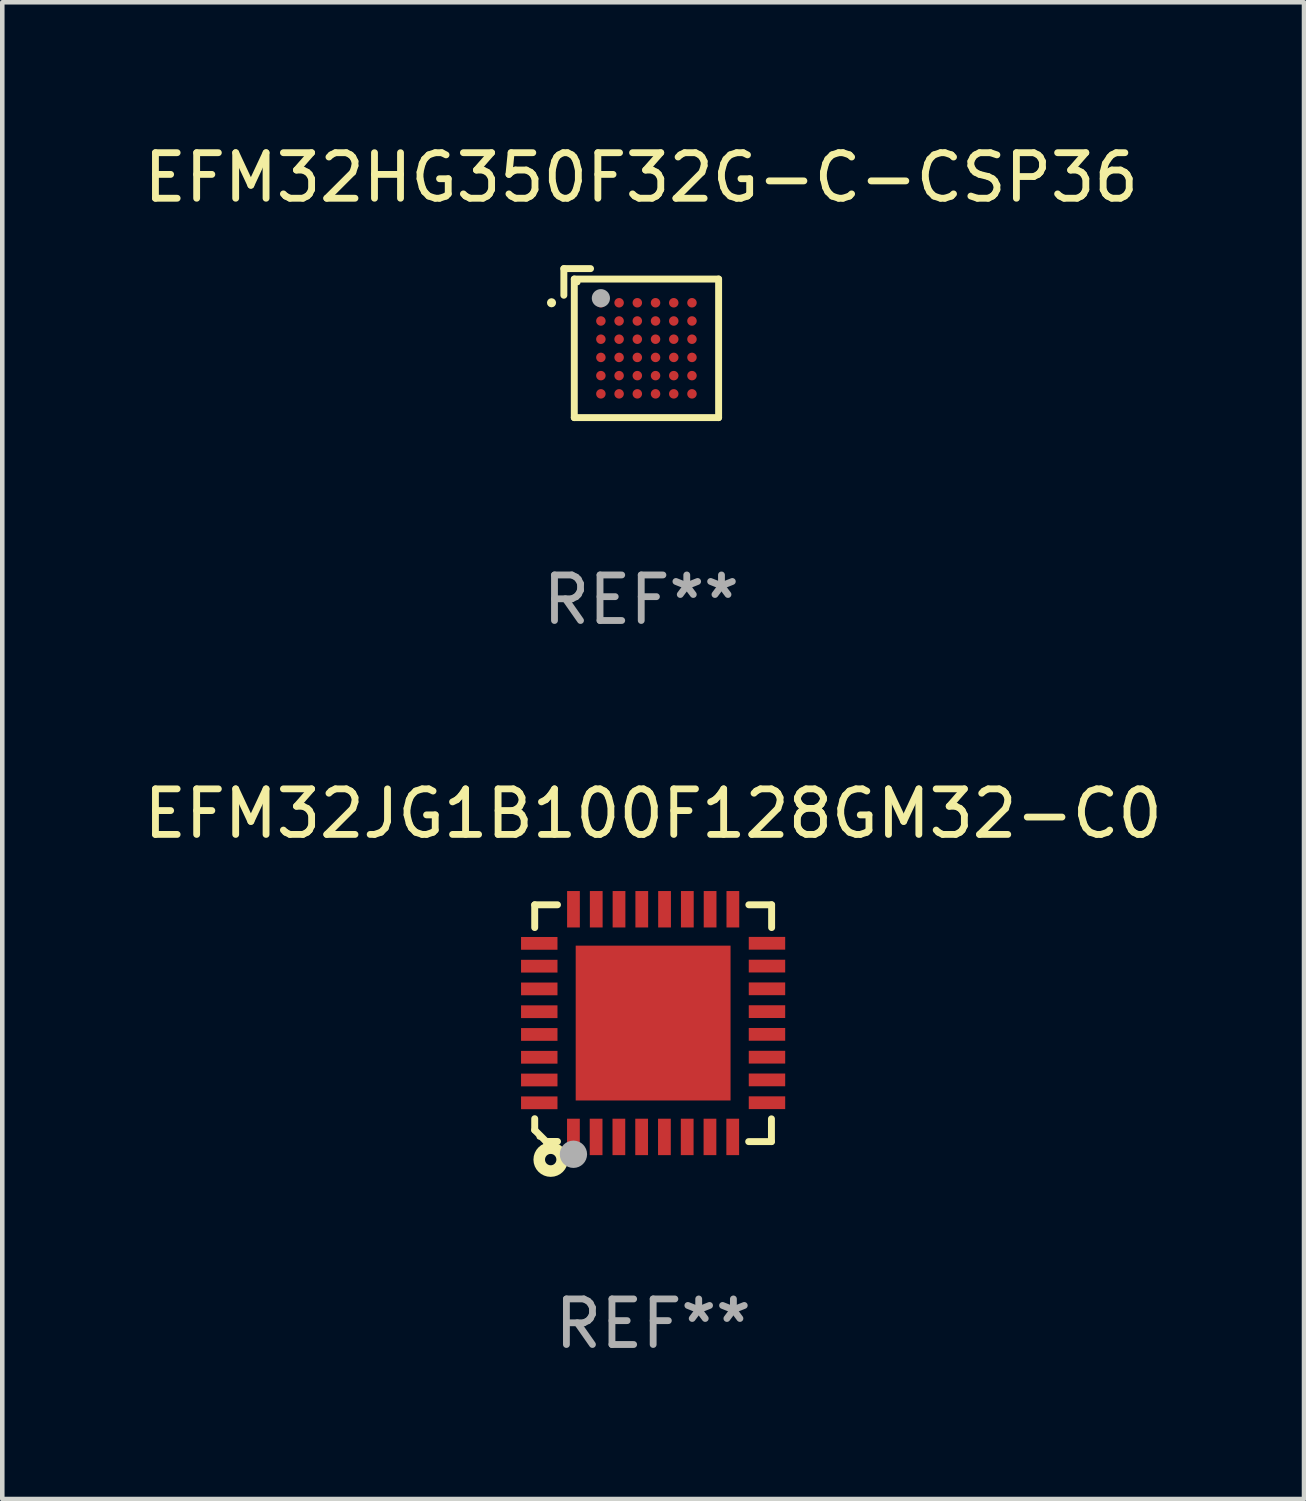
<source format=kicad_pcb>
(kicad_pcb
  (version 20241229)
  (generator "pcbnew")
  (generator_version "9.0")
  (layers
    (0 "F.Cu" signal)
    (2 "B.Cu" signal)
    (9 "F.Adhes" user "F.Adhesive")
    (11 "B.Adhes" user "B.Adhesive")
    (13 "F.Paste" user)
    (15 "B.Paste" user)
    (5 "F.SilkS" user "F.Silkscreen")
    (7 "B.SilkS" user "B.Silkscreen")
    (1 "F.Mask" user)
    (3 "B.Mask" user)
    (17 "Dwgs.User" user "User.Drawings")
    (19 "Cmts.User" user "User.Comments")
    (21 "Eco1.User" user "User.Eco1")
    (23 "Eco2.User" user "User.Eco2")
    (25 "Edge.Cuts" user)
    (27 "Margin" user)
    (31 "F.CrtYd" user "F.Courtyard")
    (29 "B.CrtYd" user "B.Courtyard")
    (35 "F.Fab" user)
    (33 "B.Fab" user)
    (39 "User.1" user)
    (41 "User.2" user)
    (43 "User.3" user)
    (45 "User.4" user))
  (footprint "EFM32HG350F32G-C-CSP36"
    (layer "F.Cu")
    (at 11.03 4.484)
    (property "Reference" "EFM32HG350F32G-C-CSP36" (at 0 -3.636 0) (layer "F.SilkS") (effects (font (size 1 1) (thickness 0.15))))
    (attr through_hole)
    (fp_line (start -1.699 -1.636) (end -1.113 -1.636) (stroke (width 0.152) (type solid)) (layer "F.SilkS"))
    (fp_line (start -1.699 -1.051) (end -1.699 -1.636) (stroke (width 0.152) (type solid)) (layer "F.SilkS"))
    (fp_line (start -1.47 -1.407) (end 1.699 -1.407) (stroke (width 0.152) (type solid)) (layer "F.SilkS"))
    (fp_line (start -1.47 1.636) (end -1.47 -1.407) (stroke (width 0.152) (type solid)) (layer "F.SilkS"))
    (fp_line (start 1.699 -1.407) (end 1.699 1.636) (stroke (width 0.152) (type solid)) (layer "F.SilkS"))
    (fp_line (start 1.699 1.636) (end -1.47 1.636) (stroke (width 0.152) (type solid)) (layer "F.SilkS"))
    (fp_circle (center -1.97 -0.886) (end -1.92 -0.886) (stroke (width 0.1) (type solid)) (fill no) (layer "F.SilkS"))
    (fp_circle (center -1.394 -1.331) (end -1.364 -1.331) (stroke (width 0.06) (type solid)) (fill no) (layer "F.SilkS"))
    (fp_circle (center -0.886 -0.986) (end -0.786 -0.986) (stroke (width 0.2) (type solid)) (fill no) (layer "F.Fab"))
    (fp_text user "REF**" (at 0 5.636 0) (layer "F.Fab") (effects (font (size 1 1) (thickness 0.15))))
    (pad "A1" smd circle (at -0.886 -0.886) (size 0.208 0.208) (layers "F.Cu" "F.Mask" "F.Paste"))
    (pad "A2" smd circle (at -0.486 -0.886) (size 0.208 0.208) (layers "F.Cu" "F.Mask" "F.Paste"))
    (pad "A3" smd circle (at -0.086 -0.886) (size 0.208 0.208) (layers "F.Cu" "F.Mask" "F.Paste"))
    (pad "A4" smd circle (at 0.314 -0.886) (size 0.208 0.208) (layers "F.Cu" "F.Mask" "F.Paste"))
    (pad "A5" smd circle (at 0.714 -0.886) (size 0.208 0.208) (layers "F.Cu" "F.Mask" "F.Paste"))
    (pad "A6" smd circle (at 1.114 -0.886) (size 0.208 0.208) (layers "F.Cu" "F.Mask" "F.Paste"))
    (pad "B1" smd circle (at -0.886 -0.486) (size 0.208 0.208) (layers "F.Cu" "F.Mask" "F.Paste"))
    (pad "B2" smd circle (at -0.486 -0.486) (size 0.208 0.208) (layers "F.Cu" "F.Mask" "F.Paste"))
    (pad "B3" smd circle (at -0.086 -0.486) (size 0.208 0.208) (layers "F.Cu" "F.Mask" "F.Paste"))
    (pad "B4" smd circle (at 0.314 -0.486) (size 0.208 0.208) (layers "F.Cu" "F.Mask" "F.Paste"))
    (pad "B5" smd circle (at 0.714 -0.486) (size 0.208 0.208) (layers "F.Cu" "F.Mask" "F.Paste"))
    (pad "B6" smd circle (at 1.114 -0.486) (size 0.208 0.208) (layers "F.Cu" "F.Mask" "F.Paste"))
    (pad "C1" smd circle (at -0.886 -0.086) (size 0.208 0.208) (layers "F.Cu" "F.Mask" "F.Paste"))
    (pad "C2" smd circle (at -0.486 -0.086) (size 0.208 0.208) (layers "F.Cu" "F.Mask" "F.Paste"))
    (pad "C3" smd circle (at -0.086 -0.086) (size 0.208 0.208) (layers "F.Cu" "F.Mask" "F.Paste"))
    (pad "C4" smd circle (at 0.314 -0.086) (size 0.208 0.208) (layers "F.Cu" "F.Mask" "F.Paste"))
    (pad "C5" smd circle (at 0.714 -0.086) (size 0.208 0.208) (layers "F.Cu" "F.Mask" "F.Paste"))
    (pad "C6" smd circle (at 1.114 -0.086) (size 0.208 0.208) (layers "F.Cu" "F.Mask" "F.Paste"))
    (pad "D1" smd circle (at -0.886 0.314) (size 0.208 0.208) (layers "F.Cu" "F.Mask" "F.Paste"))
    (pad "D2" smd circle (at -0.486 0.314) (size 0.208 0.208) (layers "F.Cu" "F.Mask" "F.Paste"))
    (pad "D3" smd circle (at -0.086 0.314) (size 0.208 0.208) (layers "F.Cu" "F.Mask" "F.Paste"))
    (pad "D4" smd circle (at 0.314 0.314) (size 0.208 0.208) (layers "F.Cu" "F.Mask" "F.Paste"))
    (pad "D5" smd circle (at 0.714 0.314) (size 0.208 0.208) (layers "F.Cu" "F.Mask" "F.Paste"))
    (pad "D6" smd circle (at 1.114 0.314) (size 0.208 0.208) (layers "F.Cu" "F.Mask" "F.Paste"))
    (pad "E1" smd circle (at -0.886 0.714) (size 0.208 0.208) (layers "F.Cu" "F.Mask" "F.Paste"))
    (pad "E2" smd circle (at -0.486 0.714) (size 0.208 0.208) (layers "F.Cu" "F.Mask" "F.Paste"))
    (pad "E3" smd circle (at -0.086 0.714) (size 0.208 0.208) (layers "F.Cu" "F.Mask" "F.Paste"))
    (pad "E4" smd circle (at 0.314 0.714) (size 0.208 0.208) (layers "F.Cu" "F.Mask" "F.Paste"))
    (pad "E5" smd circle (at 0.714 0.714) (size 0.208 0.208) (layers "F.Cu" "F.Mask" "F.Paste"))
    (pad "E6" smd circle (at 1.114 0.714) (size 0.208 0.208) (layers "F.Cu" "F.Mask" "F.Paste"))
    (pad "F1" smd circle (at -0.886 1.114) (size 0.208 0.208) (layers "F.Cu" "F.Mask" "F.Paste"))
    (pad "F2" smd circle (at -0.486 1.114) (size 0.208 0.208) (layers "F.Cu" "F.Mask" "F.Paste"))
    (pad "F3" smd circle (at -0.086 1.114) (size 0.208 0.208) (layers "F.Cu" "F.Mask" "F.Paste"))
    (pad "F4" smd circle (at 0.314 1.114) (size 0.208 0.208) (layers "F.Cu" "F.Mask" "F.Paste"))
    (pad "F5" smd circle (at 0.714 1.114) (size 0.208 0.208) (layers "F.Cu" "F.Mask" "F.Paste"))
    (pad "F6" smd circle (at 1.114 1.114) (size 0.208 0.208) (layers "F.Cu" "F.Mask" "F.Paste")))
  (footprint "EFM32JG1B100F128GM32-C0"
    (layer "F.Cu")
    (at 11.292 19.417)
    (property "Reference" "EFM32JG1B100F128GM32-C0" (at 0 -4.6 0) (layer "F.SilkS") (effects (font (size 1 1) (thickness 0.15))))
    (attr through_hole)
    (fp_line (start -2.601 2.097) (end -2.601 2.347) (stroke (width 0.152) (type solid)) (layer "F.SilkS"))
    (fp_line (start -2.601 2.347) (end -2.351 2.597) (stroke (width 0.152) (type solid)) (layer "F.SilkS"))
    (fp_line (start -2.601 -2.6) (end -2.601 -2.1) (stroke (width 0.152) (type solid)) (layer "F.SilkS"))
    (fp_line (start -2.601 -2.6) (end -2.101 -2.6) (stroke (width 0.152) (type solid)) (layer "F.SilkS"))
    (fp_line (start -2.351 2.597) (end -2.101 2.597) (stroke (width 0.152) (type solid)) (layer "F.SilkS"))
    (fp_line (start 2.597 2.6) (end 2.097 2.6) (stroke (width 0.152) (type solid)) (layer "F.SilkS"))
    (fp_line (start 2.597 2.6) (end 2.597 2.1) (stroke (width 0.152) (type solid)) (layer "F.SilkS"))
    (fp_line (start 2.601 -2.6) (end 2.101 -2.6) (stroke (width 0.152) (type solid)) (layer "F.SilkS"))
    (fp_line (start 2.601 -2.6) (end 2.601 -2.1) (stroke (width 0.152) (type solid)) (layer "F.SilkS"))
    (fp_circle (center -2.501 2.497) (end -2.471 2.497) (stroke (width 0.06) (type solid)) (fill no) (layer "F.SilkS"))
    (fp_circle (center -2.25 2.995) (end -2.125 2.995) (stroke (width 0.254) (type solid)) (fill no) (layer "F.SilkS"))
    (fp_circle (center -1.751 2.878) (end -1.601 2.878) (stroke (width 0.3) (type solid)) (fill no) (layer "F.Fab"))
    (fp_text user "REF**" (at 0 6.6 0) (layer "F.Fab") (effects (font (size 1 1) (thickness 0.15))))
    (pad "1" smd rect (at -1.751 2.497) (size 0.28 0.8) (layers "F.Cu" "F.Mask" "F.Paste"))
    (pad "2" smd rect (at -1.253 2.497) (size 0.28 0.8) (layers "F.Cu" "F.Mask" "F.Paste"))
    (pad "3" smd rect (at -0.753 2.497) (size 0.28 0.8) (layers "F.Cu" "F.Mask" "F.Paste"))
    (pad "4" smd rect (at -0.253 2.497) (size 0.28 0.8) (layers "F.Cu" "F.Mask" "F.Paste"))
    (pad "5" smd rect (at 0.247 2.497) (size 0.28 0.8) (layers "F.Cu" "F.Mask" "F.Paste"))
    (pad "6" smd rect (at 0.747 2.497) (size 0.28 0.8) (layers "F.Cu" "F.Mask" "F.Paste"))
    (pad "7" smd rect (at 1.247 2.497) (size 0.28 0.8) (layers "F.Cu" "F.Mask" "F.Paste"))
    (pad "8" smd rect (at 1.747 2.497) (size 0.28 0.8) (layers "F.Cu" "F.Mask" "F.Paste"))
    (pad "9" smd rect (at 2.499 1.746) (size 0.8 0.28) (layers "F.Cu" "F.Mask" "F.Paste"))
    (pad "10" smd rect (at 2.499 1.245) (size 0.8 0.28) (layers "F.Cu" "F.Mask" "F.Paste"))
    (pad "11" smd rect (at 2.499 0.746) (size 0.8 0.28) (layers "F.Cu" "F.Mask" "F.Paste"))
    (pad "12" smd rect (at 2.499 0.245) (size 0.8 0.28) (layers "F.Cu" "F.Mask" "F.Paste"))
    (pad "13" smd rect (at 2.499 -0.254) (size 0.8 0.28) (layers "F.Cu" "F.Mask" "F.Paste"))
    (pad "14" smd rect (at 2.499 -0.755) (size 0.8 0.28) (layers "F.Cu" "F.Mask" "F.Paste"))
    (pad "15" smd rect (at 2.499 -1.254) (size 0.8 0.28) (layers "F.Cu" "F.Mask" "F.Paste"))
    (pad "16" smd rect (at 2.499 -1.755) (size 0.8 0.28) (layers "F.Cu" "F.Mask" "F.Paste"))
    (pad "17" smd rect (at 1.75 -2.502) (size 0.28 0.8) (layers "F.Cu" "F.Mask" "F.Paste"))
    (pad "18" smd rect (at 1.25 -2.502) (size 0.28 0.8) (layers "F.Cu" "F.Mask" "F.Paste"))
    (pad "19" smd rect (at 0.75 -2.502) (size 0.28 0.8) (layers "F.Cu" "F.Mask" "F.Paste"))
    (pad "20" smd rect (at 0.25 -2.502) (size 0.28 0.8) (layers "F.Cu" "F.Mask" "F.Paste"))
    (pad "21" smd rect (at -0.25 -2.502) (size 0.28 0.8) (layers "F.Cu" "F.Mask" "F.Paste"))
    (pad "22" smd rect (at -0.75 -2.502) (size 0.28 0.8) (layers "F.Cu" "F.Mask" "F.Paste"))
    (pad "23" smd rect (at -1.25 -2.502) (size 0.28 0.8) (layers "F.Cu" "F.Mask" "F.Paste"))
    (pad "24" smd rect (at -1.75 -2.502) (size 0.28 0.8) (layers "F.Cu" "F.Mask" "F.Paste"))
    (pad "25" smd rect (at -2.501 -1.753) (size 0.8 0.28) (layers "F.Cu" "F.Mask" "F.Paste"))
    (pad "26" smd rect (at -2.501 -1.252) (size 0.8 0.28) (layers "F.Cu" "F.Mask" "F.Paste"))
    (pad "27" smd rect (at -2.501 -0.753) (size 0.8 0.28) (layers "F.Cu" "F.Mask" "F.Paste"))
    (pad "28" smd rect (at -2.501 -0.252) (size 0.8 0.28) (layers "F.Cu" "F.Mask" "F.Paste"))
    (pad "29" smd rect (at -2.501 0.247) (size 0.8 0.28) (layers "F.Cu" "F.Mask" "F.Paste"))
    (pad "30" smd rect (at -2.501 0.748) (size 0.8 0.28) (layers "F.Cu" "F.Mask" "F.Paste"))
    (pad "31" smd rect (at -2.501 1.247) (size 0.8 0.28) (layers "F.Cu" "F.Mask" "F.Paste"))
    (pad "32" smd rect (at -2.501 1.748) (size 0.8 0.28) (layers "F.Cu" "F.Mask" "F.Paste"))
    (pad "33" smd rect (at -0.001 -0.003 180) (size 3.4 3.4) (layers "F.Cu" "F.Mask" "F.Paste")))
  (gr_rect
    (start -3 -3)
    (end 25.583 29.865)
    (stroke (width 0.1) (type default))
    (fill no)
    (layer "Edge.Cuts")))
</source>
